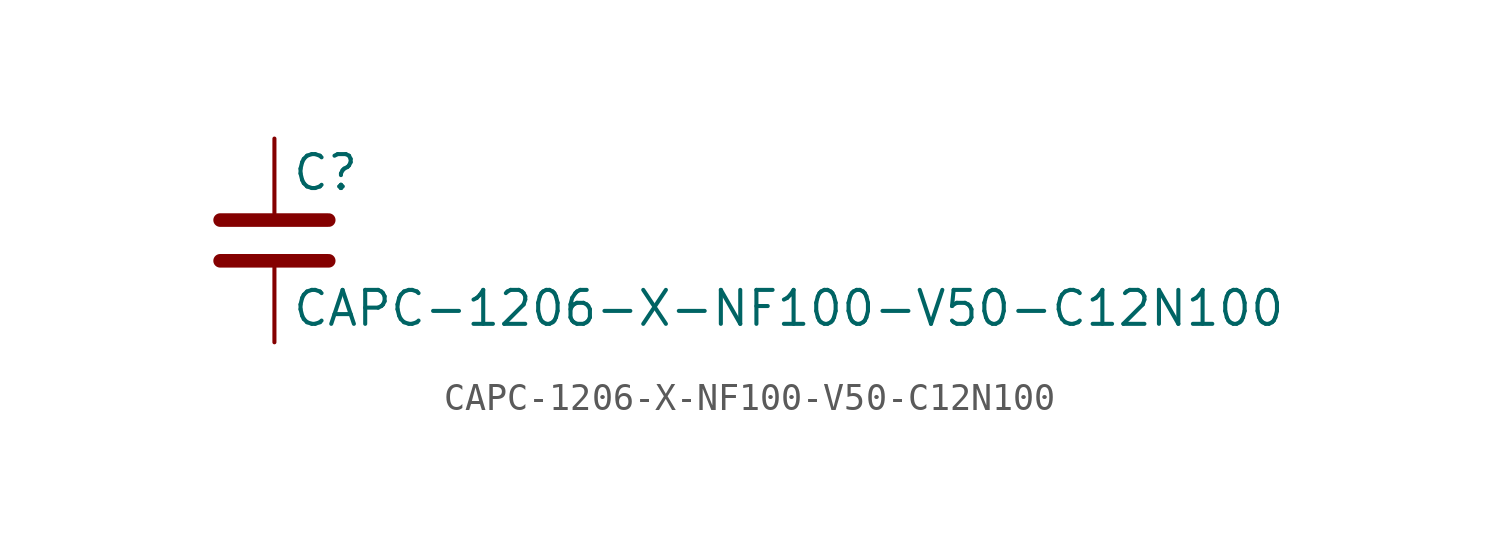
<source format=kicad_sym>
(kicad_symbol_lib
  (version 20211014)
  (generator kicad_symbol_editor)
  (symbol "CAPC-1206-X-NF100-V50-C12N100"
    (pin_numbers hide)
    (pin_names
      (offset 0.254))
    (property "Reference" "C"
      (at 0.635 2.54 0)
      (effects (font (size 1.27 1.27)) (justify left)))
    (property "Value" "CAPC-1206-X-NF100-V50-C12N100"
      (at 0.635 -2.54 0)
      (effects (font (size 1.27 1.27)) (justify left)))
    (symbol "CAPC-1206-X-NF100-V50-C12N100_0_1"
      (polyline (pts (xy -2.032 -0.762) (xy 2.032 -0.762)) (stroke (width 0.508) (type default) (color 0 0 0 0)) (fill (type none)))
      (polyline (pts (xy -2.032 0.762) (xy 2.032 0.762)) (stroke (width 0.508) (type default) (color 0 0 0 0)) (fill (type none))))
    (symbol "CAPC-1206-X-NF100-V50-C12N100_1_1"
      (pin passive line (at 0 3.81 270) (length 2.794) (name "~" (effects (font (size 1.27 1.27)))) (number "1" (effects (font (size 1.27 1.27)))))
      (pin passive line (at 0 -3.81 90) (length 2.794) (name "~" (effects (font (size 1.27 1.27)))) (number "2" (effects (font (size 1.27 1.27))))))))
</source>
